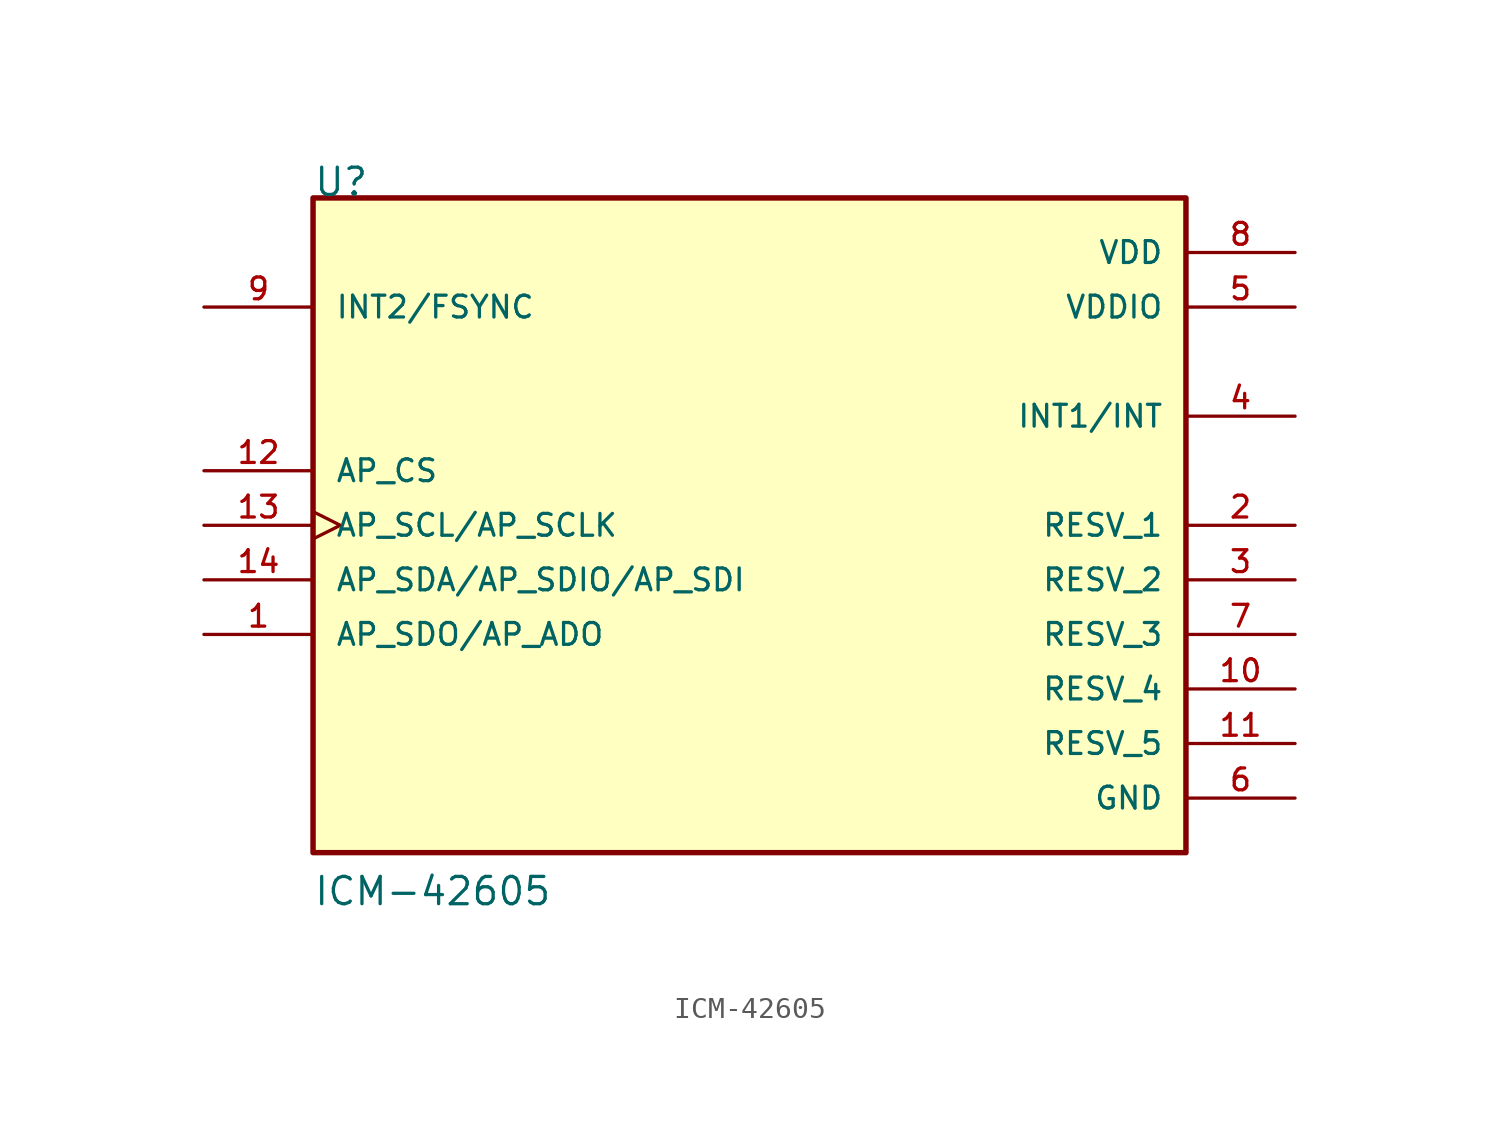
<source format=kicad_sym>
(kicad_symbol_lib
  (version 20211014)
  (generator kicad_symbol_editor)
  (symbol "ICM-42605"
    (pin_names
      (offset 1.016))
    (property "Reference" "U"
      (at -20.32 15.24 0)
      (effects (font (size 1.27 1.27)) (justify bottom left)))
    (property "Value" "ICM-42605"
      (at -20.32 -17.78 0)
      (effects (font (size 1.27 1.27)) (justify bottom left)))
    (symbol "ICM-42605_0_0"
      (rectangle (start -20.32 -15.24) (end 20.32 15.24) (stroke (width 0.254)) (fill (type background)))
      (pin output line (at -25.4 -5.08 0) (length 5.08) (name "AP_SDO/AP_ADO" (effects (font (size 1.016 1.016)))) (number "1" (effects (font (size 1.016 1.016)))))
      (pin output line (at 25.4 5.08 180.0) (length 5.08) (name "INT1/INT" (effects (font (size 1.016 1.016)))) (number "4" (effects (font (size 1.016 1.016)))))
      (pin power_in line (at 25.4 10.16 180.0) (length 5.08) (name "VDDIO" (effects (font (size 1.016 1.016)))) (number "5" (effects (font (size 1.016 1.016)))))
      (pin power_in line (at 25.4 -12.7 180.0) (length 5.08) (name "GND" (effects (font (size 1.016 1.016)))) (number "6" (effects (font (size 1.016 1.016)))))
      (pin power_in line (at 25.4 12.7 180.0) (length 5.08) (name "VDD" (effects (font (size 1.016 1.016)))) (number "8" (effects (font (size 1.016 1.016)))))
      (pin bidirectional line (at -25.4 10.16 0) (length 5.08) (name "INT2/FSYNC" (effects (font (size 1.016 1.016)))) (number "9" (effects (font (size 1.016 1.016)))))
      (pin input line (at -25.4 2.54 0) (length 5.08) (name "AP_CS" (effects (font (size 1.016 1.016)))) (number "12" (effects (font (size 1.016 1.016)))))
      (pin input clock (at -25.4 0.0 0) (length 5.08) (name "AP_SCL/AP_SCLK" (effects (font (size 1.016 1.016)))) (number "13" (effects (font (size 1.016 1.016)))))
      (pin bidirectional line (at -25.4 -2.54 0) (length 5.08) (name "AP_SDA/AP_SDIO/AP_SDI" (effects (font (size 1.016 1.016)))) (number "14" (effects (font (size 1.016 1.016)))))
      (pin bidirectional line (at 25.4 0.0 180.0) (length 5.08) (name "RESV_1" (effects (font (size 1.016 1.016)))) (number "2" (effects (font (size 1.016 1.016)))))
      (pin bidirectional line (at 25.4 -2.54 180.0) (length 5.08) (name "RESV_2" (effects (font (size 1.016 1.016)))) (number "3" (effects (font (size 1.016 1.016)))))
      (pin bidirectional line (at 25.4 -5.08 180.0) (length 5.08) (name "RESV_3" (effects (font (size 1.016 1.016)))) (number "7" (effects (font (size 1.016 1.016)))))
      (pin bidirectional line (at 25.4 -7.62 180.0) (length 5.08) (name "RESV_4" (effects (font (size 1.016 1.016)))) (number "10" (effects (font (size 1.016 1.016)))))
      (pin bidirectional line (at 25.4 -10.16 180.0) (length 5.08) (name "RESV_5" (effects (font (size 1.016 1.016)))) (number "11" (effects (font (size 1.016 1.016))))))))
</source>
